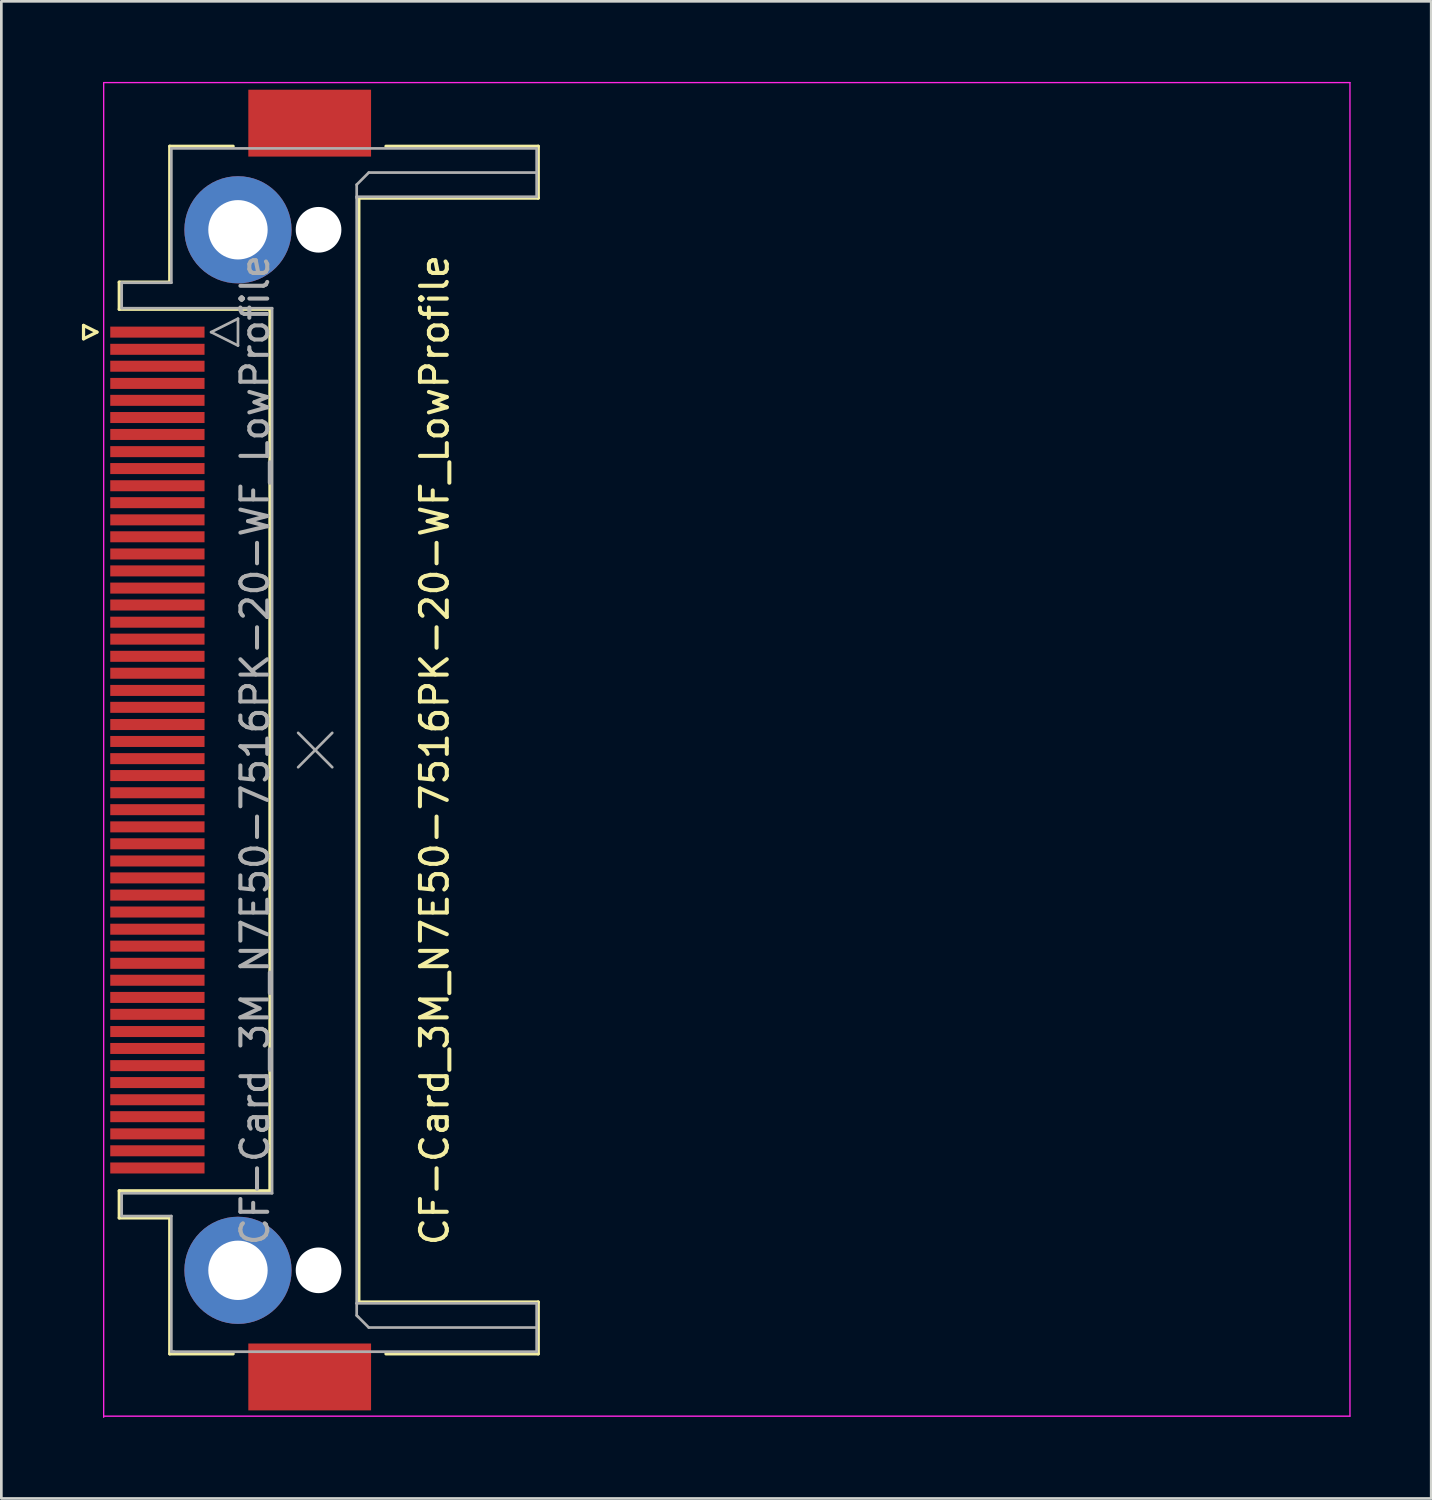
<source format=kicad_pcb>
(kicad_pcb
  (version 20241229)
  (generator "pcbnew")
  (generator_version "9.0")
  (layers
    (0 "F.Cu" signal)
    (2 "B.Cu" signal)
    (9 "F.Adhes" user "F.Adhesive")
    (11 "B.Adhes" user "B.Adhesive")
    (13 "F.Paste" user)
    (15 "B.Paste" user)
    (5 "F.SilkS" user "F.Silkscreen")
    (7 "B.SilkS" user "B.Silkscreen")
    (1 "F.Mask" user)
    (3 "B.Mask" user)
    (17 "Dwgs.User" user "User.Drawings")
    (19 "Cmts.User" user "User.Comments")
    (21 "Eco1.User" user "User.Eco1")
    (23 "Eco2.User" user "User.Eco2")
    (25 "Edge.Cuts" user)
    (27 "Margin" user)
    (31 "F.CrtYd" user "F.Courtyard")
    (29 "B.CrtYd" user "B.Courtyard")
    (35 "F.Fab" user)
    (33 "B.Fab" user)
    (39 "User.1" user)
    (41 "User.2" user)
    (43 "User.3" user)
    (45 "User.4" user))
  (footprint "CF-Card_3M_N7E50-7516PK-20-WF_LowProfile"
    (layer "F.Cu")
    (at 5.91 24.875)
    (property "Reference" "CF-Card_3M_N7E50-7516PK-20-WF_LowProfile" (at 7.22 0 90) (layer "F.SilkS") (effects (font (size 1 1) (thickness 0.15))))
    (attr smd)
    (fp_line (start -5.85 -15.81) (end -5.85 -15.31) (stroke (width 0.12) (type solid)) (layer "F.SilkS"))
    (fp_line (start -5.85 -15.31) (end -5.35 -15.56) (stroke (width 0.12) (type solid)) (layer "F.SilkS"))
    (fp_line (start -5.35 -15.56) (end -5.85 -15.81) (stroke (width 0.12) (type solid)) (layer "F.SilkS"))
    (fp_line (start -4.52 -17.42) (end -2.64 -17.42) (stroke (width 0.12) (type solid)) (layer "F.SilkS"))
    (fp_line (start -4.52 -16.41) (end -4.52 -17.42) (stroke (width 0.12) (type solid)) (layer "F.SilkS"))
    (fp_line (start -4.52 16.41) (end 1.09 16.41) (stroke (width 0.12) (type solid)) (layer "F.SilkS"))
    (fp_line (start -4.52 17.42) (end -4.52 16.41) (stroke (width 0.12) (type solid)) (layer "F.SilkS"))
    (fp_line (start -2.64 -22.48) (end -0.28 -22.48) (stroke (width 0.12) (type solid)) (layer "F.SilkS"))
    (fp_line (start -2.64 -17.42) (end -2.64 -22.48) (stroke (width 0.12) (type solid)) (layer "F.SilkS"))
    (fp_line (start -2.64 17.42) (end -4.52 17.42) (stroke (width 0.12) (type solid)) (layer "F.SilkS"))
    (fp_line (start -2.64 22.48) (end -2.64 17.42) (stroke (width 0.12) (type solid)) (layer "F.SilkS"))
    (fp_line (start -0.28 22.48) (end -2.64 22.48) (stroke (width 0.12) (type solid)) (layer "F.SilkS"))
    (fp_line (start 1.09 -16.41) (end -4.52 -16.41) (stroke (width 0.12) (type solid)) (layer "F.SilkS"))
    (fp_line (start 1.09 16.41) (end 1.09 -16.41) (stroke (width 0.12) (type solid)) (layer "F.SilkS"))
    (fp_line (start 4.4 -20.55) (end 11.08 -20.55) (stroke (width 0.12) (type solid)) (layer "F.SilkS"))
    (fp_line (start 4.4 20.55) (end 4.4 -20.55) (stroke (width 0.12) (type solid)) (layer "F.SilkS"))
    (fp_line (start 5.41 22.48) (end 11.08 22.48) (stroke (width 0.12) (type solid)) (layer "F.SilkS"))
    (fp_line (start 11.08 -22.48) (end 5.41 -22.48) (stroke (width 0.12) (type solid)) (layer "F.SilkS"))
    (fp_line (start 11.08 -20.55) (end 11.08 -22.48) (stroke (width 0.12) (type solid)) (layer "F.SilkS"))
    (fp_line (start 11.08 20.55) (end 4.4 20.55) (stroke (width 0.12) (type solid)) (layer "F.SilkS"))
    (fp_line (start 11.08 22.48) (end 11.08 20.55) (stroke (width 0.12) (type solid)) (layer "F.SilkS"))
    (fp_line (start -5.1 -24.85) (end 41.3 -24.85) (stroke (width 0.05) (type solid)) (layer "F.CrtYd"))
    (fp_line (start -5.1 24.8) (end 41.3 24.8) (stroke (width 0.05) (type solid)) (layer "F.CrtYd"))
    (fp_line (start -5.1 24.84) (end -5.1 -24.84) (stroke (width 0.05) (type solid)) (layer "F.CrtYd"))
    (fp_line (start 41.3 24.8) (end 41.3 -24.85) (stroke (width 0.05) (type solid)) (layer "F.CrtYd"))
    (fp_line (start -4.43 -17.4) (end -4.43 -16.45) (stroke (width 0.1) (type solid)) (layer "F.Fab"))
    (fp_line (start -4.43 -16.45) (end 1.17 -16.45) (stroke (width 0.1) (type solid)) (layer "F.Fab"))
    (fp_line (start -4.43 16.5) (end -4.43 17.35) (stroke (width 0.1) (type solid)) (layer "F.Fab"))
    (fp_line (start -4.43 17.35) (end -2.58 17.35) (stroke (width 0.1) (type solid)) (layer "F.Fab"))
    (fp_line (start -2.58 -22.4) (end -2.58 -17.4) (stroke (width 0.1) (type solid)) (layer "F.Fab"))
    (fp_line (start -2.58 -17.4) (end -4.43 -17.4) (stroke (width 0.1) (type solid)) (layer "F.Fab"))
    (fp_line (start -2.58 17.35) (end -2.58 22.4) (stroke (width 0.1) (type solid)) (layer "F.Fab"))
    (fp_line (start -2.58 22.4) (end -2.48 22.4) (stroke (width 0.1) (type solid)) (layer "F.Fab"))
    (fp_line (start -2.53 22.4) (end 11.02 22.4) (stroke (width 0.1) (type solid)) (layer "F.Fab"))
    (fp_line (start -1.1 -15.56) (end -0.1 -15.06) (stroke (width 0.1) (type solid)) (layer "F.Fab"))
    (fp_line (start -0.1 -16.06) (end -1.1 -15.56) (stroke (width 0.1) (type solid)) (layer "F.Fab"))
    (fp_line (start -0.1 -15.06) (end -0.1 -16.06) (stroke (width 0.1) (type solid)) (layer "F.Fab"))
    (fp_line (start 1.17 -16.45) (end 1.17 16.5) (stroke (width 0.1) (type solid)) (layer "F.Fab"))
    (fp_line (start 1.17 16.5) (end -4.43 16.5) (stroke (width 0.1) (type solid)) (layer "F.Fab"))
    (fp_line (start 2.14 -0.64) (end 3.41 0.64) (stroke (width 0.1) (type solid)) (layer "F.Fab"))
    (fp_line (start 2.14 0.64) (end 3.41 -0.64) (stroke (width 0.1) (type solid)) (layer "F.Fab"))
    (fp_line (start 4.32 -21.05) (end 4.32 -20.55) (stroke (width 0.1) (type solid)) (layer "F.Fab"))
    (fp_line (start 4.32 -20.6) (end 11.02 -20.6) (stroke (width 0.1) (type solid)) (layer "F.Fab"))
    (fp_line (start 4.32 20.6) (end 4.32 -20.6) (stroke (width 0.1) (type solid)) (layer "F.Fab"))
    (fp_line (start 4.32 21.05) (end 4.32 20.6) (stroke (width 0.1) (type solid)) (layer "F.Fab"))
    (fp_line (start 4.37 21.1) (end 4.32 21.05) (stroke (width 0.1) (type solid)) (layer "F.Fab"))
    (fp_line (start 4.77 -21.5) (end 4.32 -21.05) (stroke (width 0.1) (type solid)) (layer "F.Fab"))
    (fp_line (start 4.77 21.5) (end 4.37 21.1) (stroke (width 0.1) (type solid)) (layer "F.Fab"))
    (fp_line (start 11.02 -22.4) (end -2.58 -22.4) (stroke (width 0.1) (type solid)) (layer "F.Fab"))
    (fp_line (start 11.02 -21.5) (end 4.77 -21.5) (stroke (width 0.1) (type solid)) (layer "F.Fab"))
    (fp_line (start 11.02 -20.6) (end 11.02 -22.4) (stroke (width 0.1) (type solid)) (layer "F.Fab"))
    (fp_line (start 11.02 20.6) (end 4.32 20.6) (stroke (width 0.1) (type solid)) (layer "F.Fab"))
    (fp_line (start 11.02 21.5) (end 4.77 21.5) (stroke (width 0.1) (type solid)) (layer "F.Fab"))
    (fp_line (start 11.02 22.4) (end 11.02 20.6) (stroke (width 0.1) (type solid)) (layer "F.Fab"))
    (fp_text user "${REFERENCE}" (at 0.535 0 90) (layer "F.Fab") (effects (font (size 1 1) (thickness 0.15))))
    (pad "" thru_hole circle (at -0.1 -19.37 90) (size 3.99 3.99) (drill 2.21) (layers "*.Cu" "*.Mask"))
    (pad "" thru_hole circle (at -0.1 19.37 90) (size 3.99 3.99) (drill 2.21) (layers "*.Cu" "*.Mask"))
    (pad "" smd rect (at 2.57 -23.34 90) (size 2.49 4.57) (layers "F.Cu" "F.Mask" "F.Paste"))
    (pad "" smd rect (at 2.57 23.34 90) (size 2.49 4.57) (layers "F.Cu" "F.Mask" "F.Paste"))
    (pad "" np_thru_hole circle (at 2.9 -19.37 90) (size 1.7 1.7) (drill 1.7) (layers "*.Cu" "*.Mask"))
    (pad "" np_thru_hole circle (at 2.9 19.37 90) (size 1.7 1.7) (drill 1.7) (layers "*.Cu" "*.Mask"))
    (pad "1" smd rect (at -3.1 -15.56 90) (size 0.41 3.51) (layers "F.Cu" "F.Mask" "F.Paste"))
    (pad "2" smd rect (at -3.1 -14.29 90) (size 0.41 3.51) (layers "F.Cu" "F.Mask" "F.Paste"))
    (pad "3" smd rect (at -3.1 -13.02 90) (size 0.41 3.51) (layers "F.Cu" "F.Mask" "F.Paste"))
    (pad "4" smd rect (at -3.1 -11.75 90) (size 0.41 3.51) (layers "F.Cu" "F.Mask" "F.Paste"))
    (pad "5" smd rect (at -3.1 -10.48 90) (size 0.41 3.51) (layers "F.Cu" "F.Mask" "F.Paste"))
    (pad "6" smd rect (at -3.1 -9.21 90) (size 0.41 3.51) (layers "F.Cu" "F.Mask" "F.Paste"))
    (pad "7" smd rect (at -3.1 -7.94 90) (size 0.41 3.51) (layers "F.Cu" "F.Mask" "F.Paste"))
    (pad "8" smd rect (at -3.1 -6.67 90) (size 0.41 3.51) (layers "F.Cu" "F.Mask" "F.Paste"))
    (pad "9" smd rect (at -3.1 -5.4 90) (size 0.41 3.51) (layers "F.Cu" "F.Mask" "F.Paste"))
    (pad "10" smd rect (at -3.1 -4.13 90) (size 0.41 3.51) (layers "F.Cu" "F.Mask" "F.Paste"))
    (pad "11" smd rect (at -3.1 -2.86 90) (size 0.41 3.51) (layers "F.Cu" "F.Mask" "F.Paste"))
    (pad "12" smd rect (at -3.1 -1.59 90) (size 0.41 3.51) (layers "F.Cu" "F.Mask" "F.Paste"))
    (pad "13" smd rect (at -3.1 -0.32 90) (size 0.41 3.51) (layers "F.Cu" "F.Mask" "F.Paste"))
    (pad "14" smd rect (at -3.1 0.95 90) (size 0.41 3.51) (layers "F.Cu" "F.Mask" "F.Paste"))
    (pad "15" smd rect (at -3.1 2.22 90) (size 0.41 3.51) (layers "F.Cu" "F.Mask" "F.Paste"))
    (pad "16" smd rect (at -3.1 3.49 90) (size 0.41 3.51) (layers "F.Cu" "F.Mask" "F.Paste"))
    (pad "17" smd rect (at -3.1 4.76 90) (size 0.41 3.51) (layers "F.Cu" "F.Mask" "F.Paste"))
    (pad "18" smd rect (at -3.1 6.03 90) (size 0.41 3.51) (layers "F.Cu" "F.Mask" "F.Paste"))
    (pad "19" smd rect (at -3.1 7.3 90) (size 0.41 3.51) (layers "F.Cu" "F.Mask" "F.Paste"))
    (pad "20" smd rect (at -3.1 8.57 90) (size 0.41 3.51) (layers "F.Cu" "F.Mask" "F.Paste"))
    (pad "21" smd rect (at -3.1 9.84 90) (size 0.41 3.51) (layers "F.Cu" "F.Mask" "F.Paste"))
    (pad "22" smd rect (at -3.1 11.11 90) (size 0.41 3.51) (layers "F.Cu" "F.Mask" "F.Paste"))
    (pad "23" smd rect (at -3.1 12.38 90) (size 0.41 3.51) (layers "F.Cu" "F.Mask" "F.Paste"))
    (pad "24" smd rect (at -3.1 13.65 90) (size 0.41 3.51) (layers "F.Cu" "F.Mask" "F.Paste"))
    (pad "25" smd rect (at -3.1 14.92 90) (size 0.41 3.51) (layers "F.Cu" "F.Mask" "F.Paste"))
    (pad "26" smd rect (at -3.1 -14.92 90) (size 0.41 3.51) (layers "F.Cu" "F.Mask" "F.Paste"))
    (pad "27" smd rect (at -3.1 -13.65 90) (size 0.41 3.51) (layers "F.Cu" "F.Mask" "F.Paste"))
    (pad "28" smd rect (at -3.1 -12.38 90) (size 0.41 3.51) (layers "F.Cu" "F.Mask" "F.Paste"))
    (pad "29" smd rect (at -3.1 -11.11 90) (size 0.41 3.51) (layers "F.Cu" "F.Mask" "F.Paste"))
    (pad "30" smd rect (at -3.1 -9.84 90) (size 0.41 3.51) (layers "F.Cu" "F.Mask" "F.Paste"))
    (pad "31" smd rect (at -3.1 -8.57 90) (size 0.41 3.51) (layers "F.Cu" "F.Mask" "F.Paste"))
    (pad "32" smd rect (at -3.1 -7.3 90) (size 0.41 3.51) (layers "F.Cu" "F.Mask" "F.Paste"))
    (pad "33" smd rect (at -3.1 -6.03 90) (size 0.41 3.51) (layers "F.Cu" "F.Mask" "F.Paste"))
    (pad "34" smd rect (at -3.1 -4.76 90) (size 0.41 3.51) (layers "F.Cu" "F.Mask" "F.Paste"))
    (pad "35" smd rect (at -3.1 -3.49 90) (size 0.41 3.51) (layers "F.Cu" "F.Mask" "F.Paste"))
    (pad "36" smd rect (at -3.1 -2.22 90) (size 0.41 3.51) (layers "F.Cu" "F.Mask" "F.Paste"))
    (pad "37" smd rect (at -3.1 -0.95 90) (size 0.41 3.51) (layers "F.Cu" "F.Mask" "F.Paste"))
    (pad "38" smd rect (at -3.1 0.32 90) (size 0.41 3.51) (layers "F.Cu" "F.Mask" "F.Paste"))
    (pad "39" smd rect (at -3.1 1.59 90) (size 0.41 3.51) (layers "F.Cu" "F.Mask" "F.Paste"))
    (pad "40" smd rect (at -3.1 2.86 90) (size 0.41 3.51) (layers "F.Cu" "F.Mask" "F.Paste"))
    (pad "41" smd rect (at -3.1 4.13 90) (size 0.41 3.51) (layers "F.Cu" "F.Mask" "F.Paste"))
    (pad "42" smd rect (at -3.1 5.4 90) (size 0.41 3.51) (layers "F.Cu" "F.Mask" "F.Paste"))
    (pad "43" smd rect (at -3.1 6.67 90) (size 0.41 3.51) (layers "F.Cu" "F.Mask" "F.Paste"))
    (pad "44" smd rect (at -3.1 7.94 90) (size 0.41 3.51) (layers "F.Cu" "F.Mask" "F.Paste"))
    (pad "45" smd rect (at -3.1 9.21 90) (size 0.41 3.51) (layers "F.Cu" "F.Mask" "F.Paste"))
    (pad "46" smd rect (at -3.1 10.48 90) (size 0.41 3.51) (layers "F.Cu" "F.Mask" "F.Paste"))
    (pad "47" smd rect (at -3.1 11.75 90) (size 0.41 3.51) (layers "F.Cu" "F.Mask" "F.Paste"))
    (pad "48" smd rect (at -3.1 13.02 90) (size 0.41 3.51) (layers "F.Cu" "F.Mask" "F.Paste"))
    (pad "49" smd rect (at -3.1 14.29 90) (size 0.41 3.51) (layers "F.Cu" "F.Mask" "F.Paste"))
    (pad "50" smd rect (at -3.1 15.56 90) (size 0.41 3.51) (layers "F.Cu" "F.Mask" "F.Paste")))
  (gr_rect
    (start -3 -3)
    (end 50.235 52.74)
    (stroke (width 0.1) (type default))
    (fill no)
    (layer "Edge.Cuts")))
</source>
